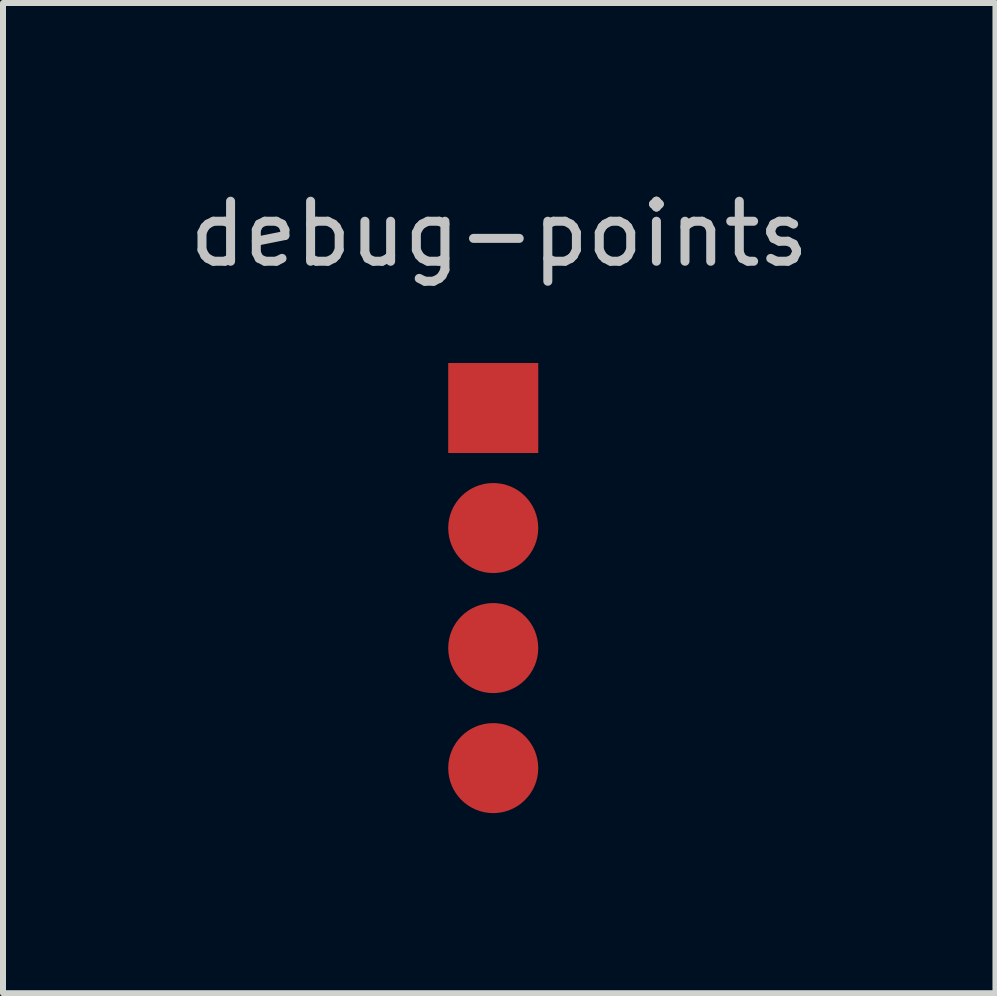
<source format=kicad_pcb>
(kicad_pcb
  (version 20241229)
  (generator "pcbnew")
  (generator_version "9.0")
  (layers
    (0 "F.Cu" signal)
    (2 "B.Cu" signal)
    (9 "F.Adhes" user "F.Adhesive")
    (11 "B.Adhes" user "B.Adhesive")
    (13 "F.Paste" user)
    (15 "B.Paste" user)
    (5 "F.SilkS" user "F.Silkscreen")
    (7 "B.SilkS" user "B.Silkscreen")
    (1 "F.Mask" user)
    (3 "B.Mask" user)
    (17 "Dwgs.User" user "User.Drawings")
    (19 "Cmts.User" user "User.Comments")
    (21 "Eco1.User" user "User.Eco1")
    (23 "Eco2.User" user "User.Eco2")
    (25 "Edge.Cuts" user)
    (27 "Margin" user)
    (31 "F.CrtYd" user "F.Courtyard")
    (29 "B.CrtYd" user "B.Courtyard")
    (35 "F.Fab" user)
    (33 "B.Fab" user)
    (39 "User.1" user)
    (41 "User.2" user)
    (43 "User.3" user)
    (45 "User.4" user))
  (footprint "debug-points"
    (layer "F.Cu")
    (at 5.168 3.748)
    (property "Reference" "debug-points" (at 0.1 -2.9 0) (layer "Dwgs.User") (effects (font (size 1 1) (thickness 0.15))))
    (attr through_hole)
    (pad "1" smd rect (at 0 0) (size 1.5 1.5) (layers "F.Cu" "F.Mask" "F.Paste"))
    (pad "2" smd circle (at 0 2) (size 1.5 1.5) (layers "F.Cu" "F.Mask" "F.Paste"))
    (pad "3" smd circle (at 0 4) (size 1.5 1.5) (layers "F.Cu" "F.Mask" "F.Paste"))
    (pad "4" smd circle (at 0 6) (size 1.5 1.5) (layers "F.Cu" "F.Mask" "F.Paste")))
  (gr_rect
    (start -3 -3)
    (end 13.536 13.498)
    (stroke (width 0.1) (type default))
    (fill no)
    (layer "Edge.Cuts")))
</source>
